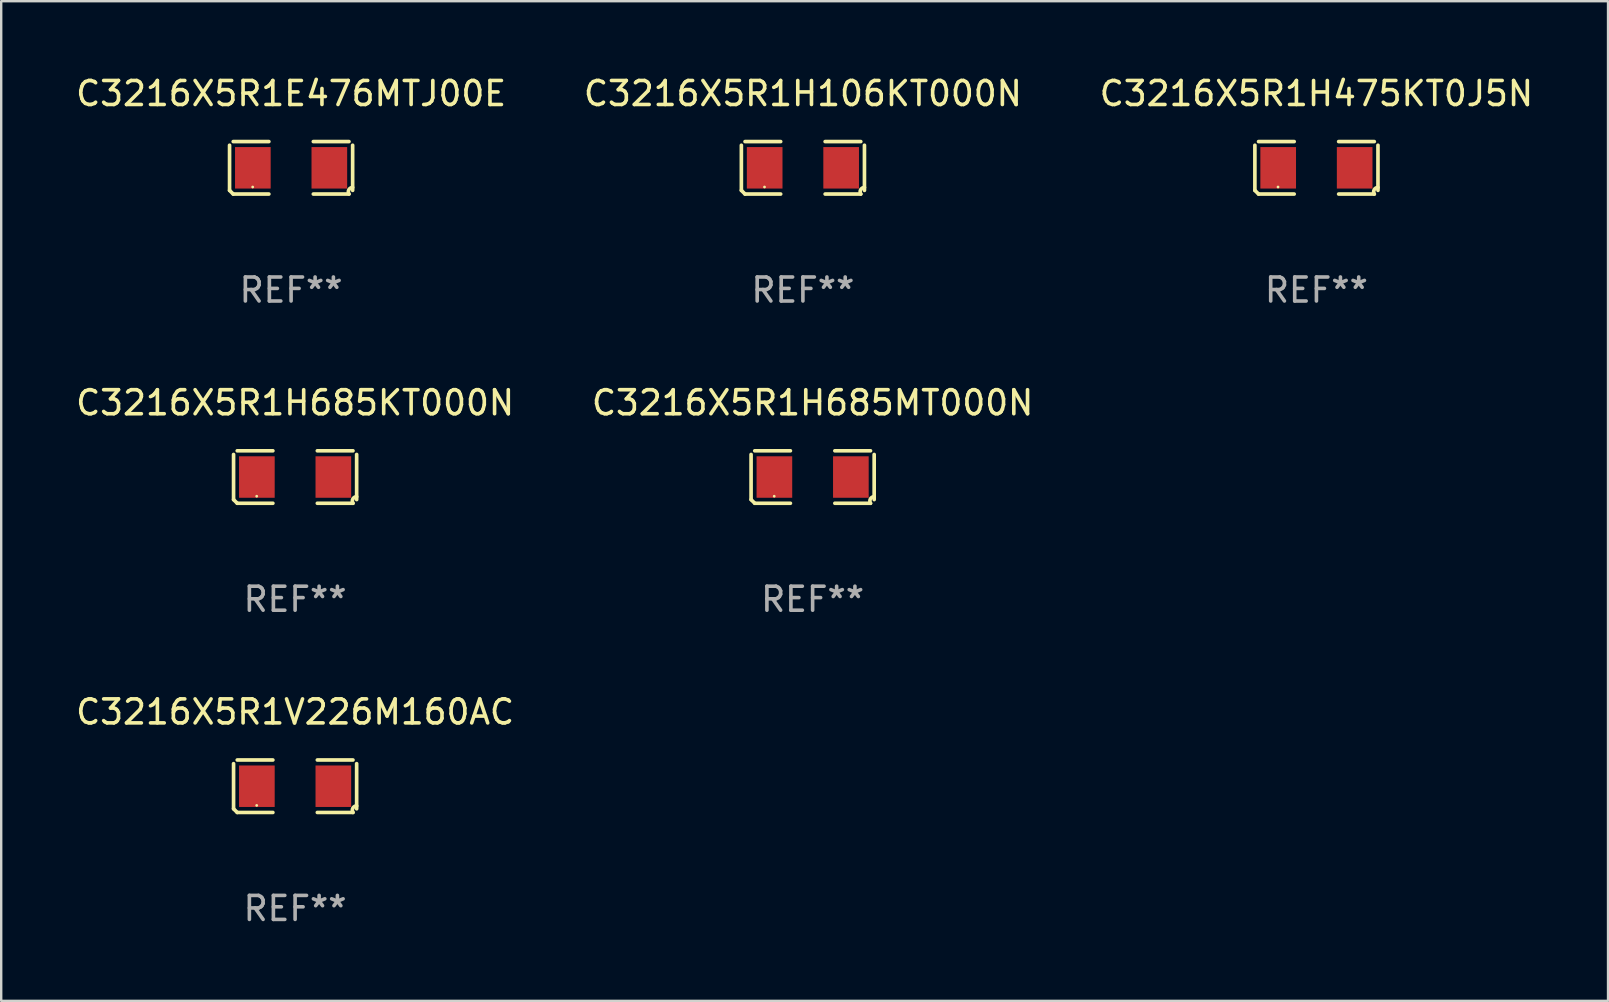
<source format=kicad_pcb>
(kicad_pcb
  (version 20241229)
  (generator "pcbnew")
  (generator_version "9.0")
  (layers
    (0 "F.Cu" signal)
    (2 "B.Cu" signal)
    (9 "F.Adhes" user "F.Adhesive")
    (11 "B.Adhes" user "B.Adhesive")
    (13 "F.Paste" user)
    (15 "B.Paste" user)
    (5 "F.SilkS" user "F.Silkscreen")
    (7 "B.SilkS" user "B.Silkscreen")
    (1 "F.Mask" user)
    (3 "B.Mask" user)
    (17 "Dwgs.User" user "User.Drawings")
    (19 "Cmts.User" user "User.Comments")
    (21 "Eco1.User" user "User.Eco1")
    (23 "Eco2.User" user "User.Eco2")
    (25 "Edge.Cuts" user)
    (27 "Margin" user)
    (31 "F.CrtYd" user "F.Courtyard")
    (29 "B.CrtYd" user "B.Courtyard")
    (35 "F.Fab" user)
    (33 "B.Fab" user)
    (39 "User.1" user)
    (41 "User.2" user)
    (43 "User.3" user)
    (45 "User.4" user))
  (footprint "C3216X5R1H685MT000N"
    (layer "F.Cu")
    (at 30.804 16.823)
    (property "Reference" "C3216X5R1H685MT000N" (at 0 -3.093 0) (layer "F.SilkS") (effects (font (size 1 1) (thickness 0.15))))
    (attr through_hole)
    (fp_line (start -2.564 0.94) (end -2.564 -0.94) (stroke (width 0.152) (type solid)) (layer "F.SilkS"))
    (fp_line (start -2.411 -1.093) (end -0.926 -1.093) (stroke (width 0.152) (type solid)) (layer "F.SilkS"))
    (fp_line (start -0.926 1.093) (end -2.411 1.093) (stroke (width 0.152) (type solid)) (layer "F.SilkS"))
    (fp_line (start 0.926 1.093) (end 2.411 1.093) (stroke (width 0.152) (type solid)) (layer "F.SilkS"))
    (fp_line (start 2.411 -1.093) (end 0.926 -1.093) (stroke (width 0.152) (type solid)) (layer "F.SilkS"))
    (fp_line (start 2.564 0.94) (end 2.564 -0.94) (stroke (width 0.152) (type solid)) (layer "F.SilkS"))
    (fp_arc (start -2.411201 1.092609) (mid -2.487413 1.01642) (end -2.563602 0.940208) (stroke (width 0.1524) (type solid)) (layer "F.SilkS"))
    (fp_arc (start 2.411201 1.092609) (mid 2.407159 0.911226) (end 2.563602 0.819347) (stroke (width 0.1524) (type solid)) (layer "F.SilkS"))
    (fp_circle (center -1.6 0.8) (end -1.57 0.8) (stroke (width 0.06) (type solid)) (fill no) (layer "F.SilkS"))
    (fp_text user "REF**" (at 0 5.093 0) (layer "F.Fab") (effects (font (size 1 1) (thickness 0.15))))
    (pad "1" smd rect (at -1.593 0) (size 1.485 1.728) (layers "F.Cu" "F.Mask" "F.Paste"))
    (pad "2" smd rect (at 1.593 0) (size 1.485 1.728) (layers "F.Cu" "F.Mask" "F.Paste")))
  (footprint "C3216X5R1H475KT0J5N"
    (layer "F.Cu")
    (at 51.792 3.941)
    (property "Reference" "C3216X5R1H475KT0J5N" (at 0 -3.093 0) (layer "F.SilkS") (effects (font (size 1 1) (thickness 0.15))))
    (attr through_hole)
    (fp_line (start -2.564 0.94) (end -2.564 -0.94) (stroke (width 0.152) (type solid)) (layer "F.SilkS"))
    (fp_line (start -2.411 -1.093) (end -0.926 -1.093) (stroke (width 0.152) (type solid)) (layer "F.SilkS"))
    (fp_line (start -0.926 1.093) (end -2.411 1.093) (stroke (width 0.152) (type solid)) (layer "F.SilkS"))
    (fp_line (start 0.926 1.093) (end 2.411 1.093) (stroke (width 0.152) (type solid)) (layer "F.SilkS"))
    (fp_line (start 2.411 -1.093) (end 0.926 -1.093) (stroke (width 0.152) (type solid)) (layer "F.SilkS"))
    (fp_line (start 2.564 0.94) (end 2.564 -0.94) (stroke (width 0.152) (type solid)) (layer "F.SilkS"))
    (fp_arc (start -2.411201 1.092609) (mid -2.487413 1.01642) (end -2.563602 0.940208) (stroke (width 0.1524) (type solid)) (layer "F.SilkS"))
    (fp_arc (start 2.411201 1.092609) (mid 2.407159 0.911226) (end 2.563602 0.819347) (stroke (width 0.1524) (type solid)) (layer "F.SilkS"))
    (fp_circle (center -1.6 0.8) (end -1.57 0.8) (stroke (width 0.06) (type solid)) (fill no) (layer "F.SilkS"))
    (fp_text user "REF**" (at 0 5.093 0) (layer "F.Fab") (effects (font (size 1 1) (thickness 0.15))))
    (pad "1" smd rect (at -1.593 0) (size 1.485 1.728) (layers "F.Cu" "F.Mask" "F.Paste"))
    (pad "2" smd rect (at 1.593 0) (size 1.485 1.728) (layers "F.Cu" "F.Mask" "F.Paste")))
  (footprint "C3216X5R1V226M160AC"
    (layer "F.Cu")
    (at 9.244 29.704)
    (property "Reference" "C3216X5R1V226M160AC" (at 0 -3.093 0) (layer "F.SilkS") (effects (font (size 1 1) (thickness 0.15))))
    (attr through_hole)
    (fp_line (start -2.564 0.94) (end -2.564 -0.94) (stroke (width 0.152) (type solid)) (layer "F.SilkS"))
    (fp_line (start -2.411 -1.093) (end -0.926 -1.093) (stroke (width 0.152) (type solid)) (layer "F.SilkS"))
    (fp_line (start -0.926 1.093) (end -2.411 1.093) (stroke (width 0.152) (type solid)) (layer "F.SilkS"))
    (fp_line (start 0.926 1.093) (end 2.411 1.093) (stroke (width 0.152) (type solid)) (layer "F.SilkS"))
    (fp_line (start 2.411 -1.093) (end 0.926 -1.093) (stroke (width 0.152) (type solid)) (layer "F.SilkS"))
    (fp_line (start 2.564 0.94) (end 2.564 -0.94) (stroke (width 0.152) (type solid)) (layer "F.SilkS"))
    (fp_arc (start -2.411201 1.092609) (mid -2.487413 1.01642) (end -2.563602 0.940208) (stroke (width 0.1524) (type solid)) (layer "F.SilkS"))
    (fp_arc (start 2.411201 1.092609) (mid 2.407159 0.911226) (end 2.563602 0.819347) (stroke (width 0.1524) (type solid)) (layer "F.SilkS"))
    (fp_circle (center -1.6 0.8) (end -1.57 0.8) (stroke (width 0.06) (type solid)) (fill no) (layer "F.SilkS"))
    (fp_text user "REF**" (at 0 5.093 0) (layer "F.Fab") (effects (font (size 1 1) (thickness 0.15))))
    (pad "1" smd rect (at -1.593 0) (size 1.485 1.728) (layers "F.Cu" "F.Mask" "F.Paste"))
    (pad "2" smd rect (at 1.593 0) (size 1.485 1.728) (layers "F.Cu" "F.Mask" "F.Paste")))
  (footprint "C3216X5R1H106KT000N"
    (layer "F.Cu")
    (at 30.399 3.941)
    (property "Reference" "C3216X5R1H106KT000N" (at 0 -3.093 0) (layer "F.SilkS") (effects (font (size 1 1) (thickness 0.15))))
    (attr through_hole)
    (fp_line (start -2.564 0.94) (end -2.564 -0.94) (stroke (width 0.152) (type solid)) (layer "F.SilkS"))
    (fp_line (start -2.411 -1.093) (end -0.926 -1.093) (stroke (width 0.152) (type solid)) (layer "F.SilkS"))
    (fp_line (start -0.926 1.093) (end -2.411 1.093) (stroke (width 0.152) (type solid)) (layer "F.SilkS"))
    (fp_line (start 0.926 1.093) (end 2.411 1.093) (stroke (width 0.152) (type solid)) (layer "F.SilkS"))
    (fp_line (start 2.411 -1.093) (end 0.926 -1.093) (stroke (width 0.152) (type solid)) (layer "F.SilkS"))
    (fp_line (start 2.564 0.94) (end 2.564 -0.94) (stroke (width 0.152) (type solid)) (layer "F.SilkS"))
    (fp_arc (start -2.411201 1.092609) (mid -2.487413 1.01642) (end -2.563602 0.940208) (stroke (width 0.1524) (type solid)) (layer "F.SilkS"))
    (fp_arc (start 2.411201 1.092609) (mid 2.407159 0.911226) (end 2.563602 0.819347) (stroke (width 0.1524) (type solid)) (layer "F.SilkS"))
    (fp_circle (center -1.6 0.8) (end -1.57 0.8) (stroke (width 0.06) (type solid)) (fill no) (layer "F.SilkS"))
    (fp_text user "REF**" (at 0 5.093 0) (layer "F.Fab") (effects (font (size 1 1) (thickness 0.15))))
    (pad "1" smd rect (at -1.593 0) (size 1.485 1.728) (layers "F.Cu" "F.Mask" "F.Paste"))
    (pad "2" smd rect (at 1.593 0) (size 1.485 1.728) (layers "F.Cu" "F.Mask" "F.Paste")))
  (footprint "C3216X5R1H685KT000N"
    (layer "F.Cu")
    (at 9.244 16.823)
    (property "Reference" "C3216X5R1H685KT000N" (at 0 -3.093 0) (layer "F.SilkS") (effects (font (size 1 1) (thickness 0.15))))
    (attr through_hole)
    (fp_line (start -2.564 0.94) (end -2.564 -0.94) (stroke (width 0.152) (type solid)) (layer "F.SilkS"))
    (fp_line (start -2.411 -1.093) (end -0.926 -1.093) (stroke (width 0.152) (type solid)) (layer "F.SilkS"))
    (fp_line (start -0.926 1.093) (end -2.411 1.093) (stroke (width 0.152) (type solid)) (layer "F.SilkS"))
    (fp_line (start 0.926 1.093) (end 2.411 1.093) (stroke (width 0.152) (type solid)) (layer "F.SilkS"))
    (fp_line (start 2.411 -1.093) (end 0.926 -1.093) (stroke (width 0.152) (type solid)) (layer "F.SilkS"))
    (fp_line (start 2.564 0.94) (end 2.564 -0.94) (stroke (width 0.152) (type solid)) (layer "F.SilkS"))
    (fp_arc (start -2.411201 1.092609) (mid -2.487413 1.01642) (end -2.563602 0.940208) (stroke (width 0.1524) (type solid)) (layer "F.SilkS"))
    (fp_arc (start 2.411201 1.092609) (mid 2.407159 0.911226) (end 2.563602 0.819347) (stroke (width 0.1524) (type solid)) (layer "F.SilkS"))
    (fp_circle (center -1.6 0.8) (end -1.57 0.8) (stroke (width 0.06) (type solid)) (fill no) (layer "F.SilkS"))
    (fp_text user "REF**" (at 0 5.093 0) (layer "F.Fab") (effects (font (size 1 1) (thickness 0.15))))
    (pad "1" smd rect (at -1.593 0) (size 1.485 1.728) (layers "F.Cu" "F.Mask" "F.Paste"))
    (pad "2" smd rect (at 1.593 0) (size 1.485 1.728) (layers "F.Cu" "F.Mask" "F.Paste")))
  (footprint "C3216X5R1E476MTJ00E"
    (layer "F.Cu")
    (at 9.077 3.941)
    (property "Reference" "C3216X5R1E476MTJ00E" (at 0 -3.093 0) (layer "F.SilkS") (effects (font (size 1 1) (thickness 0.15))))
    (attr through_hole)
    (fp_line (start -2.564 0.94) (end -2.564 -0.94) (stroke (width 0.152) (type solid)) (layer "F.SilkS"))
    (fp_line (start -2.411 -1.093) (end -0.926 -1.093) (stroke (width 0.152) (type solid)) (layer "F.SilkS"))
    (fp_line (start -0.926 1.093) (end -2.411 1.093) (stroke (width 0.152) (type solid)) (layer "F.SilkS"))
    (fp_line (start 0.926 1.093) (end 2.411 1.093) (stroke (width 0.152) (type solid)) (layer "F.SilkS"))
    (fp_line (start 2.411 -1.093) (end 0.926 -1.093) (stroke (width 0.152) (type solid)) (layer "F.SilkS"))
    (fp_line (start 2.564 0.94) (end 2.564 -0.94) (stroke (width 0.152) (type solid)) (layer "F.SilkS"))
    (fp_arc (start -2.411201 1.092609) (mid -2.487413 1.01642) (end -2.563602 0.940208) (stroke (width 0.1524) (type solid)) (layer "F.SilkS"))
    (fp_arc (start 2.411201 1.092609) (mid 2.407159 0.911226) (end 2.563602 0.819347) (stroke (width 0.1524) (type solid)) (layer "F.SilkS"))
    (fp_circle (center -1.6 0.8) (end -1.57 0.8) (stroke (width 0.06) (type solid)) (fill no) (layer "F.SilkS"))
    (fp_text user "REF**" (at 0 5.093 0) (layer "F.Fab") (effects (font (size 1 1) (thickness 0.15))))
    (pad "1" smd rect (at -1.593 0) (size 1.485 1.728) (layers "F.Cu" "F.Mask" "F.Paste"))
    (pad "2" smd rect (at 1.593 0) (size 1.485 1.728) (layers "F.Cu" "F.Mask" "F.Paste")))
  (gr_rect
    (start -3 -3)
    (end 63.94 38.645)
    (stroke (width 0.1) (type default))
    (fill no)
    (layer "Edge.Cuts")))
</source>
